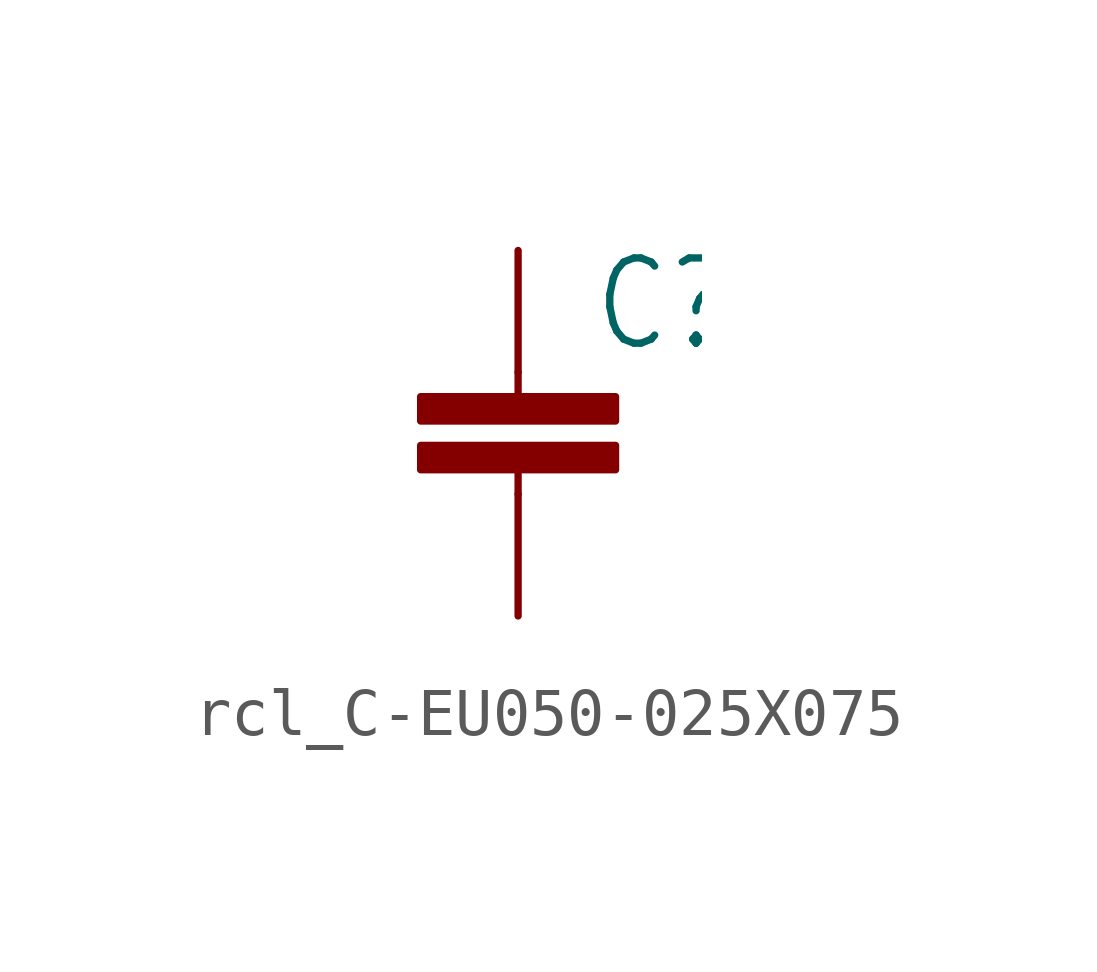
<source format=kicad_sym>
(kicad_symbol_lib
  (version 20241209)
  (generator "kicad_symbol_editor")
  (generator_version "9.0")
  (symbol "rcl_C-EU050-025X075"
    (property "Reference" "C"
      (at 1.524 0.381 0)
      (effects (font (size 1.778 1.511)) (justify left bottom)))
    (property "Value" ""
      (at 1.524 -4.699 0)
      (effects (font (size 1.778 1.511)) (justify left bottom)))
    (property "ki_locked" ""
      (at 0 0 0)
      (effects (font (size 1.27 1.27))))
    (symbol "rcl_C-EU050-025X075_1_0"
      (rectangle (start -2.032 -1.016) (end 2.032 -0.508) (stroke (width 0) (type default)) (fill (type outline)))
      (rectangle (start -2.032 -2.032) (end 2.032 -1.524) (stroke (width 0) (type default)) (fill (type outline)))
      (polyline (pts (xy 0 0) (xy 0 -0.508)) (stroke (width 0.152) (type solid)) (fill (type none)))
      (polyline (pts (xy 0 -2.54) (xy 0 -2.032)) (stroke (width 0.152) (type solid)) (fill (type none)))
      (pin passive line (at 0 2.54 270) (length 2.54) (name "1" (effects (font (size 0 0)))) (number "1" (effects (font (size 0 0)))))
      (pin passive line (at 0 -5.08 90) (length 2.54) (name "2" (effects (font (size 0 0)))) (number "2" (effects (font (size 0 0))))))))
</source>
